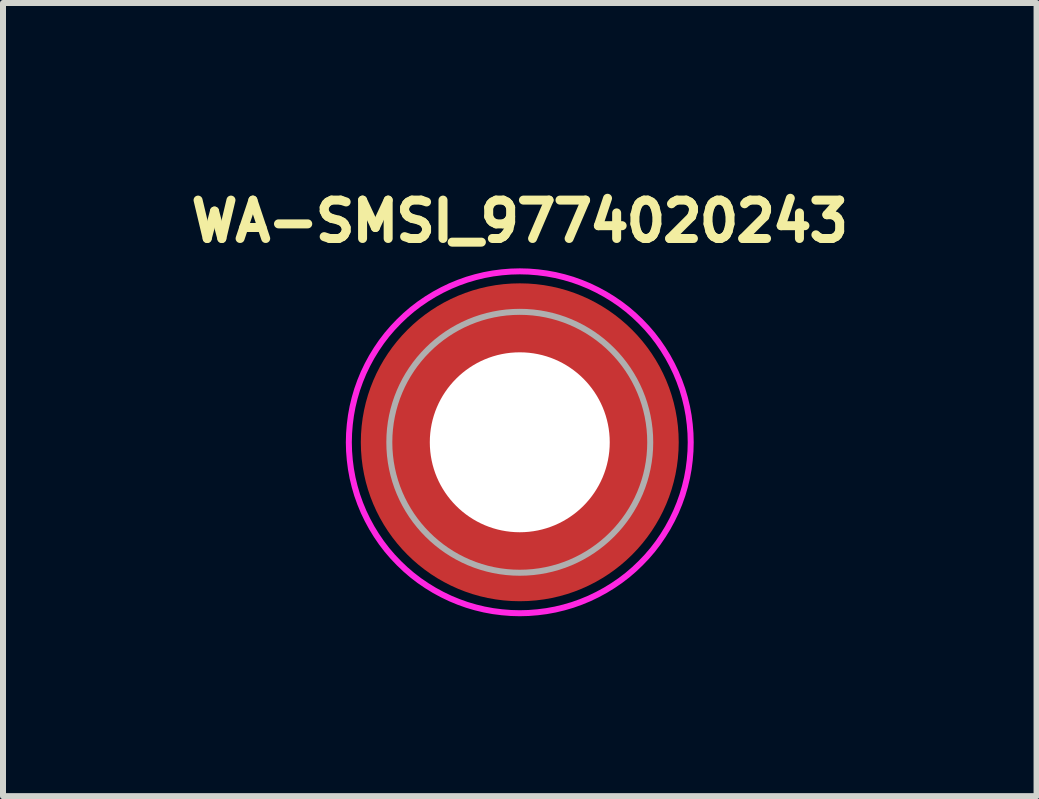
<source format=kicad_pcb>
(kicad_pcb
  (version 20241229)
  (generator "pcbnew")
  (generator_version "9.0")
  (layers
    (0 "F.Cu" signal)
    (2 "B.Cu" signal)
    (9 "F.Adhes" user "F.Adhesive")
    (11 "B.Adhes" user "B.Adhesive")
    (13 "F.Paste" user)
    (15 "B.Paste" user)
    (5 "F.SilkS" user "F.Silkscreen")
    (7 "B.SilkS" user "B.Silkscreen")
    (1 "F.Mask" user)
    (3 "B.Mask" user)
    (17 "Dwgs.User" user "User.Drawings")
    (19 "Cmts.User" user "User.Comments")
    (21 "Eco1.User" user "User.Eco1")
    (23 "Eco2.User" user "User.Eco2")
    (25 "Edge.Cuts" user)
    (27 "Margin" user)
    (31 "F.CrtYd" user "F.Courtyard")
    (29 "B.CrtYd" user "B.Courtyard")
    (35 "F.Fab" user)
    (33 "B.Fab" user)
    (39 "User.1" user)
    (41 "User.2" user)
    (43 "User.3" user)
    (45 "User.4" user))
  (footprint "WA-SMSI_9774020243"
    (layer "F.Cu")
    (at 5.616 4.324)
    (property "Reference" "WA-SMSI_9774020243" (at 0 -3.686 0) (layer "F.SilkS") (effects (font (size 0.64 0.64) (thickness 0.15))))
    (attr smd)
    (fp_poly (pts (xy -2.54 0.3) (xy -1.52 0.3) (xy -1.51 0.355) (xy -1.49 0.43) (xy -1.46 0.525) (xy -1.42 0.625) (xy -1.355 0.755) (xy -1.31 0.83) (xy -1.255 0.91) (xy -1.205 0.975) (xy -1.145 1.045) (xy -1.11 1.08) (xy -1.07 1.12) (xy -1.025 1.165) (xy -0.97 1.21) (xy -0.89 1.27) (xy -0.815 1.32) (xy -0.745 1.36) (xy -0.645 1.41) (xy -0.575 1.44) (xy -0.51 1.465) (xy -0.43 1.49) (xy -0.355 1.51) (xy -0.3 1.52) (xy -0.3 2.54) (xy -0.36 2.535) (xy -0.425 2.525) (xy -0.51 2.51) (xy -0.6 2.49) (xy -0.675 2.47) (xy -0.75 2.45) (xy -0.825 2.425) (xy -0.895 2.4) (xy -0.97 2.37) (xy -1.04 2.34) (xy -1.115 2.305) (xy -1.165 2.28) (xy -1.25 2.235) (xy -1.32 2.195) (xy -1.39 2.15) (xy -1.465 2.1) (xy -1.56 2.03) (xy -1.655 1.955) (xy -1.715 1.9) (xy -1.785 1.835) (xy -1.845 1.775) (xy -1.905 1.71) (xy -1.955 1.655) (xy -2.01 1.585) (xy -2.06 1.52) (xy -2.11 1.45) (xy -2.16 1.375) (xy -2.2 1.31) (xy -2.245 1.23) (xy -2.285 1.155) (xy -2.325 1.075) (xy -2.36 0.995) (xy -2.39 0.92) (xy -2.415 0.855) (xy -2.445 0.76) (xy -2.475 0.66) (xy -2.5 0.56) (xy -2.515 0.485) (xy -2.525 0.425) (xy -2.535 0.36)) (stroke (width 0.01) (type solid)) (fill yes) (layer "F.Paste"))
    (fp_poly (pts (xy -0.3 -2.54) (xy -0.3 -1.52) (xy -0.355 -1.51) (xy -0.43 -1.49) (xy -0.525 -1.46) (xy -0.625 -1.42) (xy -0.755 -1.355) (xy -0.83 -1.31) (xy -0.91 -1.255) (xy -0.975 -1.205) (xy -1.045 -1.145) (xy -1.08 -1.11) (xy -1.12 -1.07) (xy -1.165 -1.025) (xy -1.21 -0.97) (xy -1.27 -0.89) (xy -1.32 -0.815) (xy -1.36 -0.745) (xy -1.41 -0.645) (xy -1.44 -0.575) (xy -1.465 -0.51) (xy -1.49 -0.43) (xy -1.51 -0.355) (xy -1.52 -0.3) (xy -2.54 -0.3) (xy -2.535 -0.36) (xy -2.525 -0.425) (xy -2.51 -0.51) (xy -2.49 -0.6) (xy -2.47 -0.675) (xy -2.45 -0.75) (xy -2.425 -0.825) (xy -2.4 -0.895) (xy -2.37 -0.97) (xy -2.34 -1.04) (xy -2.305 -1.115) (xy -2.28 -1.165) (xy -2.235 -1.25) (xy -2.195 -1.32) (xy -2.15 -1.39) (xy -2.1 -1.465) (xy -2.03 -1.56) (xy -1.955 -1.655) (xy -1.9 -1.715) (xy -1.835 -1.785) (xy -1.775 -1.845) (xy -1.71 -1.905) (xy -1.655 -1.955) (xy -1.585 -2.01) (xy -1.52 -2.06) (xy -1.45 -2.11) (xy -1.375 -2.16) (xy -1.31 -2.2) (xy -1.23 -2.245) (xy -1.155 -2.285) (xy -1.075 -2.325) (xy -0.995 -2.36) (xy -0.92 -2.39) (xy -0.855 -2.415) (xy -0.76 -2.445) (xy -0.66 -2.475) (xy -0.56 -2.5) (xy -0.485 -2.515) (xy -0.425 -2.525) (xy -0.36 -2.535)) (stroke (width 0.01) (type solid)) (fill yes) (layer "F.Paste"))
    (fp_poly (pts (xy 0.3 2.54) (xy 0.3 1.52) (xy 0.355 1.51) (xy 0.43 1.49) (xy 0.525 1.46) (xy 0.625 1.42) (xy 0.755 1.355) (xy 0.83 1.31) (xy 0.91 1.255) (xy 0.975 1.205) (xy 1.045 1.145) (xy 1.08 1.11) (xy 1.12 1.07) (xy 1.165 1.025) (xy 1.21 0.97) (xy 1.27 0.89) (xy 1.32 0.815) (xy 1.36 0.745) (xy 1.41 0.645) (xy 1.44 0.575) (xy 1.465 0.51) (xy 1.49 0.43) (xy 1.51 0.355) (xy 1.52 0.3) (xy 2.54 0.3) (xy 2.535 0.36) (xy 2.525 0.425) (xy 2.51 0.51) (xy 2.49 0.6) (xy 2.47 0.675) (xy 2.45 0.75) (xy 2.425 0.825) (xy 2.4 0.895) (xy 2.37 0.97) (xy 2.34 1.04) (xy 2.305 1.115) (xy 2.28 1.165) (xy 2.235 1.25) (xy 2.195 1.32) (xy 2.15 1.39) (xy 2.1 1.465) (xy 2.03 1.56) (xy 1.955 1.655) (xy 1.9 1.715) (xy 1.835 1.785) (xy 1.775 1.845) (xy 1.71 1.905) (xy 1.655 1.955) (xy 1.585 2.01) (xy 1.52 2.06) (xy 1.45 2.11) (xy 1.375 2.16) (xy 1.31 2.2) (xy 1.23 2.245) (xy 1.155 2.285) (xy 1.075 2.325) (xy 0.995 2.36) (xy 0.92 2.39) (xy 0.855 2.415) (xy 0.76 2.445) (xy 0.66 2.475) (xy 0.56 2.5) (xy 0.485 2.515) (xy 0.425 2.525) (xy 0.36 2.535)) (stroke (width 0.01) (type solid)) (fill yes) (layer "F.Paste"))
    (fp_poly (pts (xy 2.54 -0.3) (xy 1.52 -0.3) (xy 1.51 -0.355) (xy 1.49 -0.43) (xy 1.46 -0.525) (xy 1.42 -0.625) (xy 1.355 -0.755) (xy 1.31 -0.83) (xy 1.255 -0.91) (xy 1.205 -0.975) (xy 1.145 -1.045) (xy 1.11 -1.08) (xy 1.07 -1.12) (xy 1.025 -1.165) (xy 0.97 -1.21) (xy 0.89 -1.27) (xy 0.815 -1.32) (xy 0.745 -1.36) (xy 0.645 -1.41) (xy 0.575 -1.44) (xy 0.51 -1.465) (xy 0.43 -1.49) (xy 0.355 -1.51) (xy 0.3 -1.52) (xy 0.3 -2.54) (xy 0.36 -2.535) (xy 0.425 -2.525) (xy 0.51 -2.51) (xy 0.6 -2.49) (xy 0.675 -2.47) (xy 0.75 -2.45) (xy 0.825 -2.425) (xy 0.895 -2.4) (xy 0.97 -2.37) (xy 1.04 -2.34) (xy 1.115 -2.305) (xy 1.165 -2.28) (xy 1.25 -2.235) (xy 1.32 -2.195) (xy 1.39 -2.15) (xy 1.465 -2.1) (xy 1.56 -2.03) (xy 1.655 -1.955) (xy 1.715 -1.9) (xy 1.785 -1.835) (xy 1.845 -1.775) (xy 1.905 -1.71) (xy 1.955 -1.655) (xy 2.01 -1.585) (xy 2.06 -1.52) (xy 2.11 -1.45) (xy 2.16 -1.375) (xy 2.2 -1.31) (xy 2.245 -1.23) (xy 2.285 -1.155) (xy 2.325 -1.075) (xy 2.36 -0.995) (xy 2.39 -0.92) (xy 2.415 -0.855) (xy 2.445 -0.76) (xy 2.475 -0.66) (xy 2.5 -0.56) (xy 2.515 -0.485) (xy 2.525 -0.425) (xy 2.535 -0.36)) (stroke (width 0.01) (type solid)) (fill yes) (layer "F.Paste"))
    (fp_poly (pts (xy 0 -2.85) (xy 0.149 -2.846) (xy 0.298 -2.834) (xy 0.446 -2.815) (xy 0.593 -2.788) (xy 0.738 -2.753) (xy 0.881 -2.711) (xy 1.021 -2.661) (xy 1.159 -2.604) (xy 1.294 -2.539) (xy 1.425 -2.468) (xy 1.552 -2.39) (xy 1.675 -2.306) (xy 1.794 -2.215) (xy 1.907 -2.118) (xy 2.015 -2.015) (xy 2.118 -1.907) (xy 2.215 -1.794) (xy 2.306 -1.675) (xy 2.39 -1.552) (xy 2.468 -1.425) (xy 2.539 -1.294) (xy 2.604 -1.159) (xy 2.661 -1.021) (xy 2.711 -0.881) (xy 2.753 -0.738) (xy 2.788 -0.593) (xy 2.815 -0.446) (xy 2.834 -0.298) (xy 2.846 -0.149) (xy 2.85 0) (xy 2.846 0.149) (xy 2.834 0.298) (xy 2.815 0.446) (xy 2.788 0.593) (xy 2.753 0.738) (xy 2.711 0.881) (xy 2.661 1.021) (xy 2.604 1.159) (xy 2.539 1.294) (xy 2.468 1.425) (xy 2.39 1.552) (xy 2.306 1.675) (xy 2.215 1.794) (xy 2.118 1.907) (xy 2.015 2.015) (xy 1.907 2.118) (xy 1.794 2.215) (xy 1.675 2.306) (xy 1.552 2.39) (xy 1.425 2.468) (xy 1.294 2.539) (xy 1.159 2.604) (xy 1.021 2.661) (xy 0.881 2.711) (xy 0.738 2.753) (xy 0.593 2.788) (xy 0.446 2.815) (xy 0.298 2.834) (xy 0.149 2.846) (xy 0 2.85) (xy -0.149 2.846) (xy -0.298 2.834) (xy -0.446 2.815) (xy -0.593 2.788) (xy -0.738 2.753) (xy -0.881 2.711) (xy -1.021 2.661) (xy -1.159 2.604) (xy -1.294 2.539) (xy -1.425 2.468) (xy -1.552 2.39) (xy -1.675 2.306) (xy -1.794 2.215) (xy -1.907 2.118) (xy -2.015 2.015) (xy -2.118 1.907) (xy -2.215 1.794) (xy -2.306 1.675) (xy -2.39 1.552) (xy -2.468 1.425) (xy -2.539 1.294) (xy -2.604 1.159) (xy -2.661 1.021) (xy -2.711 0.881) (xy -2.753 0.738) (xy -2.788 0.593) (xy -2.815 0.446) (xy -2.834 0.298) (xy -2.846 0.149) (xy -2.85 0) (xy -2.846 -0.149) (xy -2.834 -0.298) (xy -2.815 -0.446) (xy -2.788 -0.593) (xy -2.753 -0.738) (xy -2.711 -0.881) (xy -2.661 -1.021) (xy -2.604 -1.159) (xy -2.539 -1.294) (xy -2.468 -1.425) (xy -2.39 -1.552) (xy -2.306 -1.675) (xy -2.215 -1.794) (xy -2.118 -1.907) (xy -2.015 -2.015) (xy -1.907 -2.118) (xy -1.794 -2.215) (xy -1.675 -2.306) (xy -1.552 -2.39) (xy -1.425 -2.468) (xy -1.294 -2.539) (xy -1.159 -2.604) (xy -1.021 -2.661) (xy -0.881 -2.711) (xy -0.738 -2.753) (xy -0.593 -2.788) (xy -0.446 -2.815) (xy -0.298 -2.834) (xy -0.149 -2.846) (xy 0 -2.85)) (stroke (width 0.1) (type solid)) (fill no) (layer "F.CrtYd"))
    (fp_circle (center 0 0) (end 2.175 0) (stroke (width 0.1) (type solid)) (fill no) (layer "F.Fab"))
    (pad "" np_thru_hole circle (at 0 0) (size 3 3) (drill 3) (layers "*.Cu" "*.Mask"))
    (pad "1" smd circle (at 0 0) (size 5.3 5.3) (layers "F.Cu" "F.Mask")))
  (gr_rect
    (start -3 -3)
    (end 14.232 10.224)
    (stroke (width 0.1) (type default))
    (fill no)
    (layer "Edge.Cuts")))
</source>
